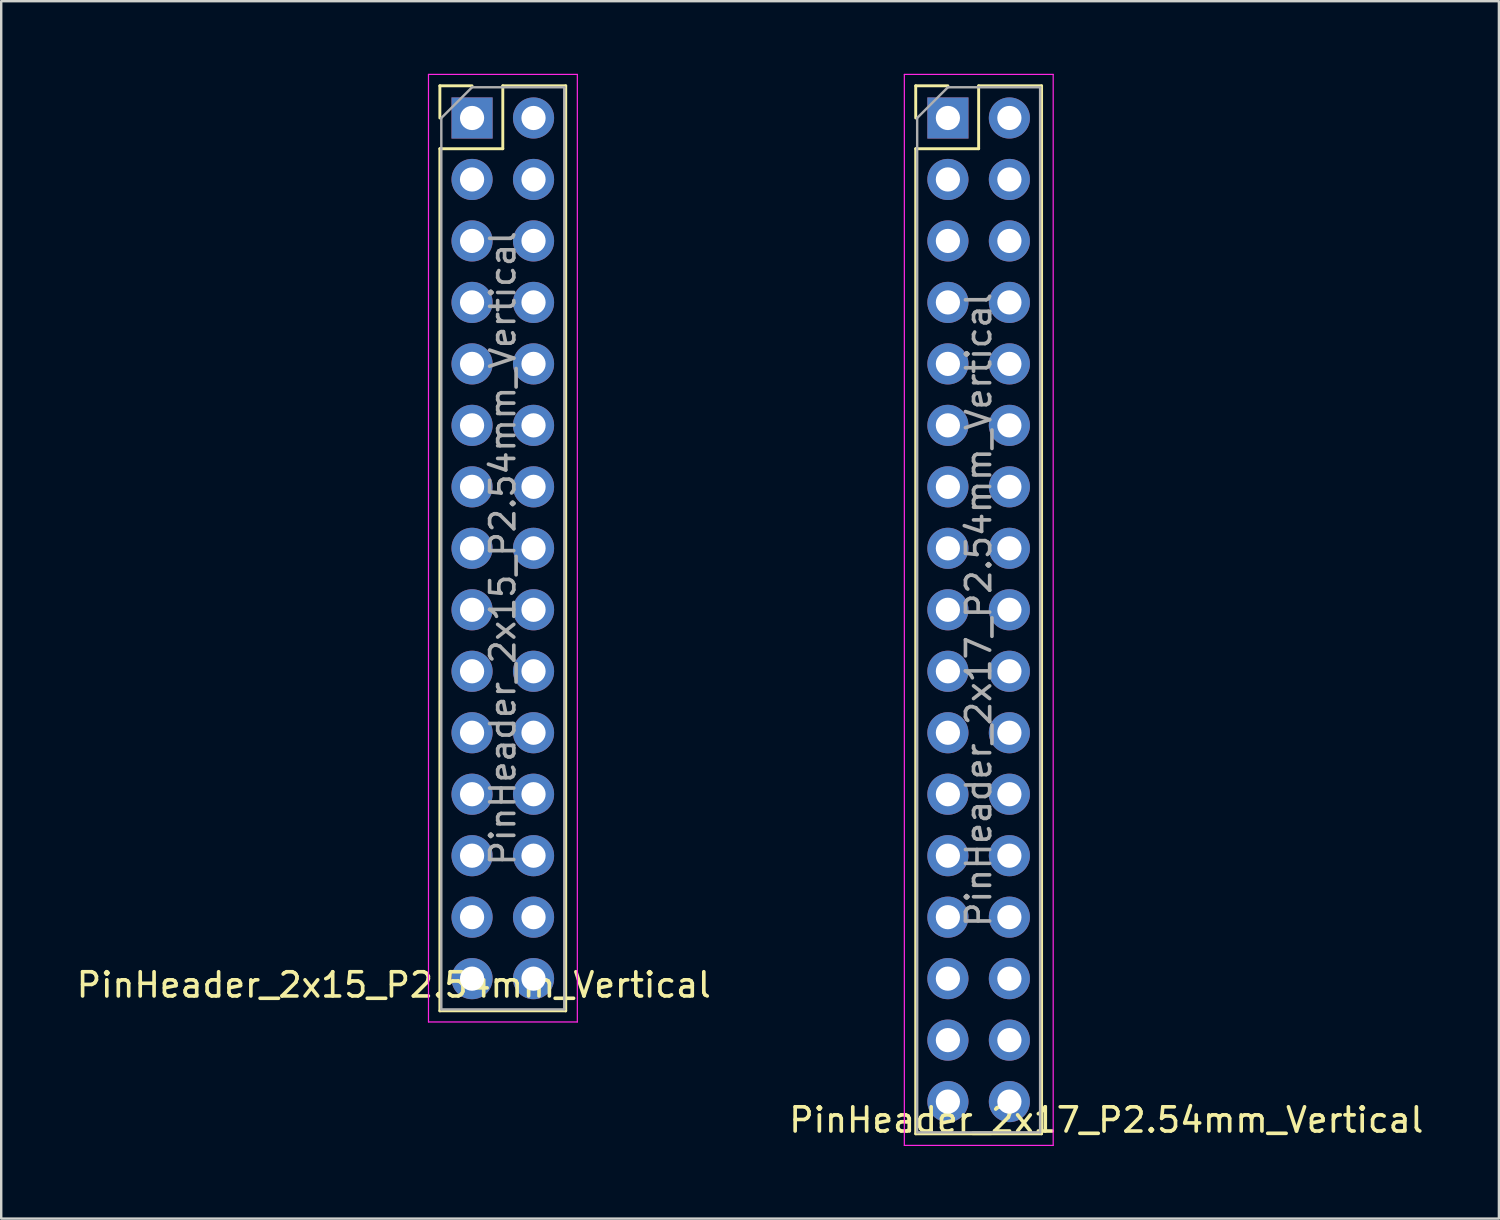
<source format=kicad_pcb>
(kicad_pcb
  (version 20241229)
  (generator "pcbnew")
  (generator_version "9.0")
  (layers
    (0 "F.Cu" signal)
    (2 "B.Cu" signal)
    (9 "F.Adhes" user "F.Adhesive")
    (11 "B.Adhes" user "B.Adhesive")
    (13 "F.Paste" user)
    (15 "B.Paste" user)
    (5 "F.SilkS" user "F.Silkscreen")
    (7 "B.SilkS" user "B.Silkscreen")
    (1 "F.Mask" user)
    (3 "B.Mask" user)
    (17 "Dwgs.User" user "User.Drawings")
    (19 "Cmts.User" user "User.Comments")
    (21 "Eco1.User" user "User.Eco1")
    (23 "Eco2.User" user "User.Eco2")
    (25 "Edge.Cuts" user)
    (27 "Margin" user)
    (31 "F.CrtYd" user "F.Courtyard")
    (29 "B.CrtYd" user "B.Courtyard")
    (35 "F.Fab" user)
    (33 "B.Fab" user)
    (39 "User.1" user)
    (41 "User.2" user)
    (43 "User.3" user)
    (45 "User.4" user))
  (footprint "PinHeader_2x15_P2.54mm_Vertical"
    (layer "F.Cu")
    (at 16.454 1.825)
    (property "Reference" "PinHeader_2x15_P2.54mm_Vertical" (at -3.234 35.82 0) (layer "F.SilkS") (effects (font (size 1 1) (thickness 0.15))))
    (attr through_hole)
    (fp_line (start -1.33 -1.33) (end 0 -1.33) (stroke (width 0.12) (type solid)) (layer "F.SilkS"))
    (fp_line (start -1.33 0) (end -1.33 -1.33) (stroke (width 0.12) (type solid)) (layer "F.SilkS"))
    (fp_line (start -1.33 1.27) (end -1.33 36.89) (stroke (width 0.12) (type solid)) (layer "F.SilkS"))
    (fp_line (start -1.33 1.27) (end 1.27 1.27) (stroke (width 0.12) (type solid)) (layer "F.SilkS"))
    (fp_line (start -1.33 36.89) (end 3.87 36.89) (stroke (width 0.12) (type solid)) (layer "F.SilkS"))
    (fp_line (start 1.27 -1.33) (end 3.87 -1.33) (stroke (width 0.12) (type solid)) (layer "F.SilkS"))
    (fp_line (start 1.27 1.27) (end 1.27 -1.33) (stroke (width 0.12) (type solid)) (layer "F.SilkS"))
    (fp_line (start 3.87 -1.33) (end 3.87 36.89) (stroke (width 0.12) (type solid)) (layer "F.SilkS"))
    (fp_line (start -1.8 -1.8) (end -1.8 37.35) (stroke (width 0.05) (type solid)) (layer "F.CrtYd"))
    (fp_line (start -1.8 37.35) (end 4.35 37.35) (stroke (width 0.05) (type solid)) (layer "F.CrtYd"))
    (fp_line (start 4.35 -1.8) (end -1.8 -1.8) (stroke (width 0.05) (type solid)) (layer "F.CrtYd"))
    (fp_line (start 4.35 37.35) (end 4.35 -1.8) (stroke (width 0.05) (type solid)) (layer "F.CrtYd"))
    (fp_line (start -1.27 0) (end 0 -1.27) (stroke (width 0.1) (type solid)) (layer "F.Fab"))
    (fp_line (start -1.27 36.83) (end -1.27 0) (stroke (width 0.1) (type solid)) (layer "F.Fab"))
    (fp_line (start 0 -1.27) (end 3.81 -1.27) (stroke (width 0.1) (type solid)) (layer "F.Fab"))
    (fp_line (start 3.81 -1.27) (end 3.81 36.83) (stroke (width 0.1) (type solid)) (layer "F.Fab"))
    (fp_line (start 3.81 36.83) (end -1.27 36.83) (stroke (width 0.1) (type solid)) (layer "F.Fab"))
    (fp_text user "${REFERENCE}" (at 1.27 17.78 90) (layer "F.Fab") (effects (font (size 1 1) (thickness 0.15))))
    (pad "1" thru_hole rect (at 0 0) (size 1.7 1.7) (drill 1) (layers "*.Cu" "*.Mask"))
    (pad "2" thru_hole oval (at 2.54 0) (size 1.7 1.7) (drill 1) (layers "*.Cu" "*.Mask"))
    (pad "3" thru_hole oval (at 0 2.54) (size 1.7 1.7) (drill 1) (layers "*.Cu" "*.Mask"))
    (pad "4" thru_hole oval (at 2.54 2.54) (size 1.7 1.7) (drill 1) (layers "*.Cu" "*.Mask"))
    (pad "5" thru_hole oval (at 0 5.08) (size 1.7 1.7) (drill 1) (layers "*.Cu" "*.Mask"))
    (pad "6" thru_hole oval (at 2.54 5.08) (size 1.7 1.7) (drill 1) (layers "*.Cu" "*.Mask"))
    (pad "7" thru_hole oval (at 0 7.62) (size 1.7 1.7) (drill 1) (layers "*.Cu" "*.Mask"))
    (pad "8" thru_hole oval (at 2.54 7.62) (size 1.7 1.7) (drill 1) (layers "*.Cu" "*.Mask"))
    (pad "9" thru_hole oval (at 0 10.16) (size 1.7 1.7) (drill 1) (layers "*.Cu" "*.Mask"))
    (pad "10" thru_hole oval (at 2.54 10.16) (size 1.7 1.7) (drill 1) (layers "*.Cu" "*.Mask"))
    (pad "11" thru_hole oval (at 0 12.7) (size 1.7 1.7) (drill 1) (layers "*.Cu" "*.Mask"))
    (pad "12" thru_hole oval (at 2.54 12.7) (size 1.7 1.7) (drill 1) (layers "*.Cu" "*.Mask"))
    (pad "13" thru_hole oval (at 0 15.24) (size 1.7 1.7) (drill 1) (layers "*.Cu" "*.Mask"))
    (pad "14" thru_hole oval (at 2.54 15.24) (size 1.7 1.7) (drill 1) (layers "*.Cu" "*.Mask"))
    (pad "15" thru_hole oval (at 0 17.78) (size 1.7 1.7) (drill 1) (layers "*.Cu" "*.Mask"))
    (pad "16" thru_hole oval (at 2.54 17.78) (size 1.7 1.7) (drill 1) (layers "*.Cu" "*.Mask"))
    (pad "17" thru_hole oval (at 0 20.32) (size 1.7 1.7) (drill 1) (layers "*.Cu" "*.Mask"))
    (pad "18" thru_hole oval (at 2.54 20.32) (size 1.7 1.7) (drill 1) (layers "*.Cu" "*.Mask"))
    (pad "19" thru_hole oval (at 0 22.86) (size 1.7 1.7) (drill 1) (layers "*.Cu" "*.Mask"))
    (pad "20" thru_hole oval (at 2.54 22.86) (size 1.7 1.7) (drill 1) (layers "*.Cu" "*.Mask"))
    (pad "21" thru_hole oval (at 0 25.4) (size 1.7 1.7) (drill 1) (layers "*.Cu" "*.Mask"))
    (pad "22" thru_hole oval (at 2.54 25.4) (size 1.7 1.7) (drill 1) (layers "*.Cu" "*.Mask"))
    (pad "23" thru_hole oval (at 0 27.94) (size 1.7 1.7) (drill 1) (layers "*.Cu" "*.Mask"))
    (pad "24" thru_hole oval (at 2.54 27.94) (size 1.7 1.7) (drill 1) (layers "*.Cu" "*.Mask"))
    (pad "25" thru_hole oval (at 0 30.48) (size 1.7 1.7) (drill 1) (layers "*.Cu" "*.Mask"))
    (pad "26" thru_hole oval (at 2.54 30.48) (size 1.7 1.7) (drill 1) (layers "*.Cu" "*.Mask"))
    (pad "27" thru_hole oval (at 0 33.02) (size 1.7 1.7) (drill 1) (layers "*.Cu" "*.Mask"))
    (pad "28" thru_hole oval (at 2.54 33.02) (size 1.7 1.7) (drill 1) (layers "*.Cu" "*.Mask"))
    (pad "29" thru_hole oval (at 0 35.56) (size 1.7 1.7) (drill 1) (layers "*.Cu" "*.Mask"))
    (pad "30" thru_hole oval (at 2.54 35.56) (size 1.7 1.7) (drill 1) (layers "*.Cu" "*.Mask")))
  (footprint "PinHeader_2x17_P2.54mm_Vertical"
    (layer "F.Cu")
    (at 36.115 1.825)
    (property "Reference" "PinHeader_2x17_P2.54mm_Vertical" (at 6.546 41.4 0) (layer "F.SilkS") (effects (font (size 1 1) (thickness 0.15))))
    (attr through_hole)
    (fp_line (start -1.33 -1.33) (end 0 -1.33) (stroke (width 0.12) (type solid)) (layer "F.SilkS"))
    (fp_line (start -1.33 0) (end -1.33 -1.33) (stroke (width 0.12) (type solid)) (layer "F.SilkS"))
    (fp_line (start -1.33 1.27) (end -1.33 41.97) (stroke (width 0.12) (type solid)) (layer "F.SilkS"))
    (fp_line (start -1.33 1.27) (end 1.27 1.27) (stroke (width 0.12) (type solid)) (layer "F.SilkS"))
    (fp_line (start -1.33 41.97) (end 3.87 41.97) (stroke (width 0.12) (type solid)) (layer "F.SilkS"))
    (fp_line (start 1.27 -1.33) (end 3.87 -1.33) (stroke (width 0.12) (type solid)) (layer "F.SilkS"))
    (fp_line (start 1.27 1.27) (end 1.27 -1.33) (stroke (width 0.12) (type solid)) (layer "F.SilkS"))
    (fp_line (start 3.87 -1.33) (end 3.87 41.97) (stroke (width 0.12) (type solid)) (layer "F.SilkS"))
    (fp_line (start -1.8 -1.8) (end -1.8 42.45) (stroke (width 0.05) (type solid)) (layer "F.CrtYd"))
    (fp_line (start -1.8 42.45) (end 4.35 42.45) (stroke (width 0.05) (type solid)) (layer "F.CrtYd"))
    (fp_line (start 4.35 -1.8) (end -1.8 -1.8) (stroke (width 0.05) (type solid)) (layer "F.CrtYd"))
    (fp_line (start 4.35 42.45) (end 4.35 -1.8) (stroke (width 0.05) (type solid)) (layer "F.CrtYd"))
    (fp_line (start -1.27 0) (end 0 -1.27) (stroke (width 0.1) (type solid)) (layer "F.Fab"))
    (fp_line (start -1.27 41.91) (end -1.27 0) (stroke (width 0.1) (type solid)) (layer "F.Fab"))
    (fp_line (start 0 -1.27) (end 3.81 -1.27) (stroke (width 0.1) (type solid)) (layer "F.Fab"))
    (fp_line (start 3.81 -1.27) (end 3.81 41.91) (stroke (width 0.1) (type solid)) (layer "F.Fab"))
    (fp_line (start 3.81 41.91) (end -1.27 41.91) (stroke (width 0.1) (type solid)) (layer "F.Fab"))
    (fp_text user "${REFERENCE}" (at 1.27 20.32 90) (layer "F.Fab") (effects (font (size 1 1) (thickness 0.15))))
    (pad "1" thru_hole rect (at 0 0) (size 1.7 1.7) (drill 1) (layers "*.Cu" "*.Mask"))
    (pad "2" thru_hole oval (at 2.54 0) (size 1.7 1.7) (drill 1) (layers "*.Cu" "*.Mask"))
    (pad "3" thru_hole oval (at 0 2.54) (size 1.7 1.7) (drill 1) (layers "*.Cu" "*.Mask"))
    (pad "4" thru_hole oval (at 2.54 2.54) (size 1.7 1.7) (drill 1) (layers "*.Cu" "*.Mask"))
    (pad "5" thru_hole oval (at 0 5.08) (size 1.7 1.7) (drill 1) (layers "*.Cu" "*.Mask"))
    (pad "6" thru_hole oval (at 2.54 5.08) (size 1.7 1.7) (drill 1) (layers "*.Cu" "*.Mask"))
    (pad "7" thru_hole oval (at 0 7.62) (size 1.7 1.7) (drill 1) (layers "*.Cu" "*.Mask"))
    (pad "8" thru_hole oval (at 2.54 7.62) (size 1.7 1.7) (drill 1) (layers "*.Cu" "*.Mask"))
    (pad "9" thru_hole oval (at 0 10.16) (size 1.7 1.7) (drill 1) (layers "*.Cu" "*.Mask"))
    (pad "10" thru_hole oval (at 2.54 10.16) (size 1.7 1.7) (drill 1) (layers "*.Cu" "*.Mask"))
    (pad "11" thru_hole oval (at 0 12.7) (size 1.7 1.7) (drill 1) (layers "*.Cu" "*.Mask"))
    (pad "12" thru_hole oval (at 2.54 12.7) (size 1.7 1.7) (drill 1) (layers "*.Cu" "*.Mask"))
    (pad "13" thru_hole oval (at 0 15.24) (size 1.7 1.7) (drill 1) (layers "*.Cu" "*.Mask"))
    (pad "14" thru_hole oval (at 2.54 15.24) (size 1.7 1.7) (drill 1) (layers "*.Cu" "*.Mask"))
    (pad "15" thru_hole oval (at 0 17.78) (size 1.7 1.7) (drill 1) (layers "*.Cu" "*.Mask"))
    (pad "16" thru_hole oval (at 2.54 17.78) (size 1.7 1.7) (drill 1) (layers "*.Cu" "*.Mask"))
    (pad "17" thru_hole oval (at 0 20.32) (size 1.7 1.7) (drill 1) (layers "*.Cu" "*.Mask"))
    (pad "18" thru_hole oval (at 2.54 20.32) (size 1.7 1.7) (drill 1) (layers "*.Cu" "*.Mask"))
    (pad "19" thru_hole oval (at 0 22.86) (size 1.7 1.7) (drill 1) (layers "*.Cu" "*.Mask"))
    (pad "20" thru_hole oval (at 2.54 22.86) (size 1.7 1.7) (drill 1) (layers "*.Cu" "*.Mask"))
    (pad "21" thru_hole oval (at 0 25.4) (size 1.7 1.7) (drill 1) (layers "*.Cu" "*.Mask"))
    (pad "22" thru_hole oval (at 2.54 25.4) (size 1.7 1.7) (drill 1) (layers "*.Cu" "*.Mask"))
    (pad "23" thru_hole oval (at 0 27.94) (size 1.7 1.7) (drill 1) (layers "*.Cu" "*.Mask"))
    (pad "24" thru_hole oval (at 2.54 27.94) (size 1.7 1.7) (drill 1) (layers "*.Cu" "*.Mask"))
    (pad "25" thru_hole oval (at 0 30.48) (size 1.7 1.7) (drill 1) (layers "*.Cu" "*.Mask"))
    (pad "26" thru_hole oval (at 2.54 30.48) (size 1.7 1.7) (drill 1) (layers "*.Cu" "*.Mask"))
    (pad "27" thru_hole oval (at 0 33.02) (size 1.7 1.7) (drill 1) (layers "*.Cu" "*.Mask"))
    (pad "28" thru_hole oval (at 2.54 33.02) (size 1.7 1.7) (drill 1) (layers "*.Cu" "*.Mask"))
    (pad "29" thru_hole oval (at 0 35.56) (size 1.7 1.7) (drill 1) (layers "*.Cu" "*.Mask"))
    (pad "30" thru_hole oval (at 2.54 35.56) (size 1.7 1.7) (drill 1) (layers "*.Cu" "*.Mask"))
    (pad "31" thru_hole oval (at 0 38.1) (size 1.7 1.7) (drill 1) (layers "*.Cu" "*.Mask"))
    (pad "32" thru_hole oval (at 2.54 38.1) (size 1.7 1.7) (drill 1) (layers "*.Cu" "*.Mask"))
    (pad "33" thru_hole oval (at 0 40.64) (size 1.7 1.7) (drill 1) (layers "*.Cu" "*.Mask"))
    (pad "34" thru_hole oval (at 2.54 40.64) (size 1.7 1.7) (drill 1) (layers "*.Cu" "*.Mask")))
  (gr_rect
    (start -3 -3)
    (end 58.881 47.3)
    (stroke (width 0.1) (type default))
    (fill no)
    (layer "Edge.Cuts")))
</source>
